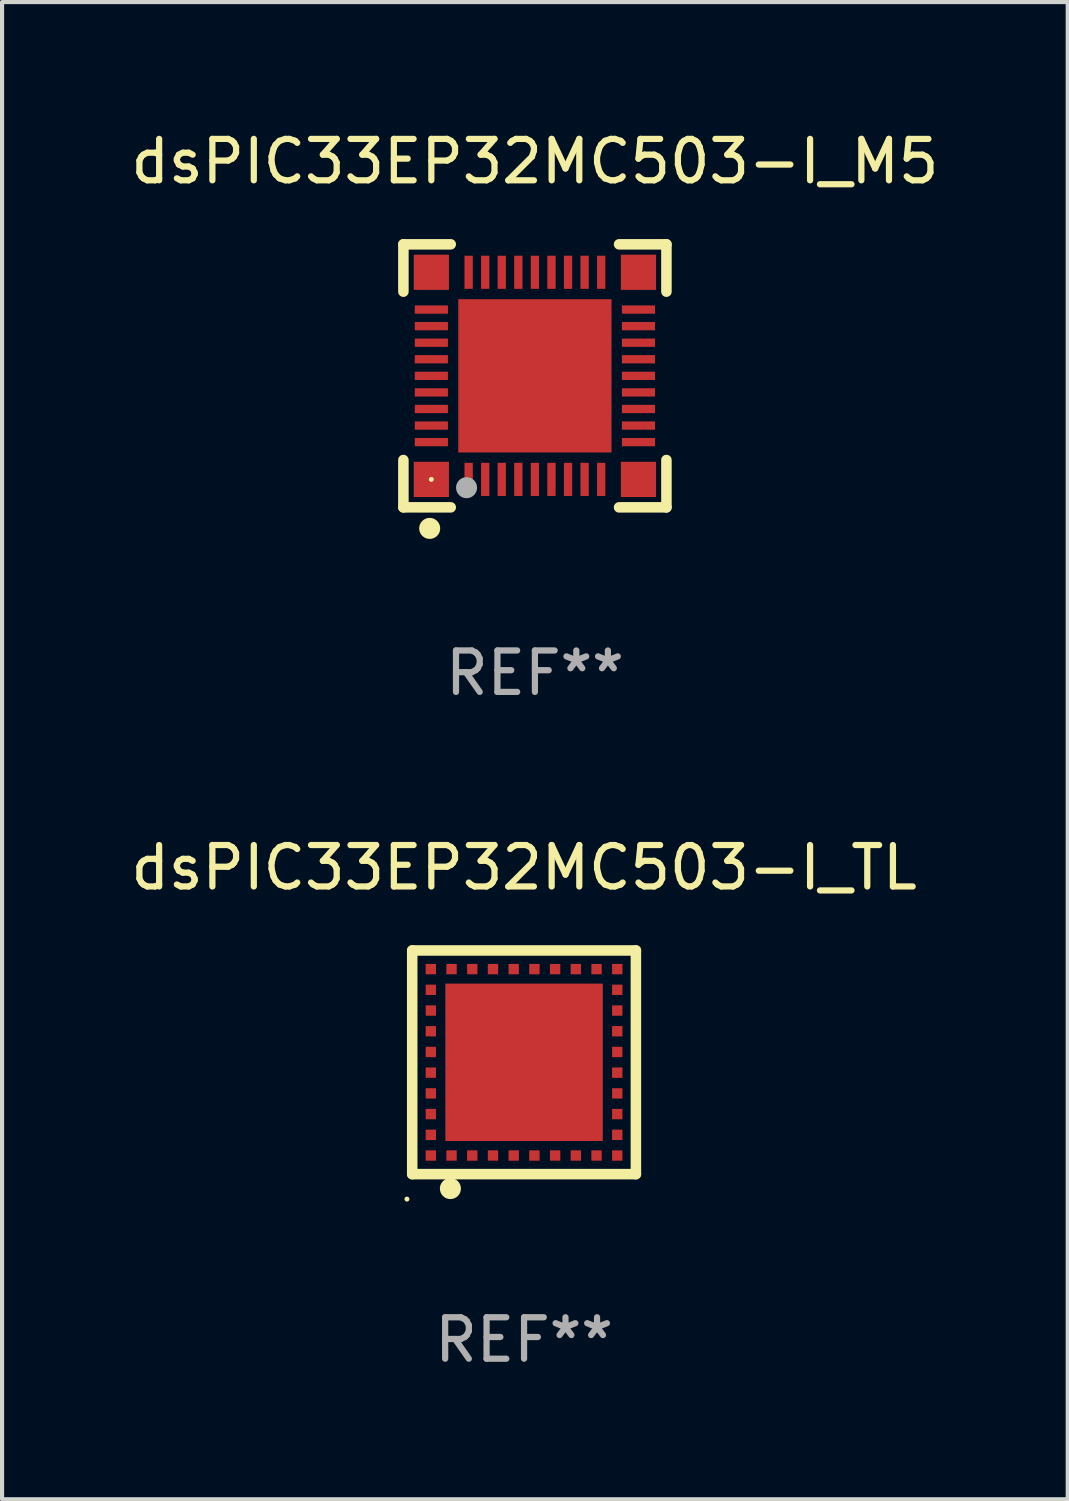
<source format=kicad_pcb>
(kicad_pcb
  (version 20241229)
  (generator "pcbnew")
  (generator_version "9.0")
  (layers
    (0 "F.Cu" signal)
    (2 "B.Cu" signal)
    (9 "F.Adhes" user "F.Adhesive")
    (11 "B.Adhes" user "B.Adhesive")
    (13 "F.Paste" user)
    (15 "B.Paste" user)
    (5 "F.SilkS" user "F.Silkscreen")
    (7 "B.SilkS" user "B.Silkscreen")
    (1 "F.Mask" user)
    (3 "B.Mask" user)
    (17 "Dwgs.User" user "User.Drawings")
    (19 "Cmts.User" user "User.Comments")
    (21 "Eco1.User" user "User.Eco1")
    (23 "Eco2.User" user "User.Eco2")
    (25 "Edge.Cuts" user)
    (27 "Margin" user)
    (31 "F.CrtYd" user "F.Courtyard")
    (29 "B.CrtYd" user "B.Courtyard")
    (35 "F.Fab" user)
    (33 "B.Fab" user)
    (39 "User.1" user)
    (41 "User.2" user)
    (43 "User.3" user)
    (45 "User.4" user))
  (footprint "dsPIC33EP32MC503-I_M5"
    (layer "F.Cu")
    (at 9.863 6.023)
    (property "Reference" "dsPIC33EP32MC503-I_M5" (at 0 -5.175 0) (layer "F.SilkS") (effects (font (size 1 1) (thickness 0.15))))
    (attr through_hole)
    (fp_line (start -3.175 -3.175) (end -2.032 -3.175) (stroke (width 0.254) (type solid)) (layer "F.SilkS"))
    (fp_line (start -3.175 -2.032) (end -3.175 -3.175) (stroke (width 0.254) (type solid)) (layer "F.SilkS"))
    (fp_line (start -3.175 3.175) (end -3.175 2.032) (stroke (width 0.254) (type solid)) (layer "F.SilkS"))
    (fp_line (start -2.032 3.175) (end -3.175 3.175) (stroke (width 0.254) (type solid)) (layer "F.SilkS"))
    (fp_line (start 2.032 -3.175) (end 3.175 -3.175) (stroke (width 0.254) (type solid)) (layer "F.SilkS"))
    (fp_line (start 3.175 -3.175) (end 3.175 -2.032) (stroke (width 0.254) (type solid)) (layer "F.SilkS"))
    (fp_line (start 3.175 2.032) (end 3.175 3.175) (stroke (width 0.254) (type solid)) (layer "F.SilkS"))
    (fp_line (start 3.175 3.175) (end 2.032 3.175) (stroke (width 0.254) (type solid)) (layer "F.SilkS"))
    (fp_circle (center -2.54 3.683) (end -2.413 3.683) (stroke (width 0.254) (type solid)) (fill no) (layer "F.SilkS"))
    (fp_circle (center -2.5 2.5) (end -2.47 2.5) (stroke (width 0.06) (type solid)) (fill no) (layer "F.SilkS"))
    (fp_circle (center -1.65 2.7) (end -1.523 2.7) (stroke (width 0.254) (type solid)) (fill no) (layer "F.Fab"))
    (fp_text user "REF**" (at 0 7.175 0) (layer "F.Fab") (effects (font (size 1 1) (thickness 0.15))))
    (pad "1" smd rect (at -1.6 2.5) (size 0.2 0.8) (layers "F.Cu" "F.Mask" "F.Paste"))
    (pad "2" smd rect (at -1.2 2.5) (size 0.2 0.8) (layers "F.Cu" "F.Mask" "F.Paste"))
    (pad "3" smd rect (at -0.8 2.5) (size 0.2 0.8) (layers "F.Cu" "F.Mask" "F.Paste"))
    (pad "4" smd rect (at -0.4 2.5) (size 0.2 0.8) (layers "F.Cu" "F.Mask" "F.Paste"))
    (pad "5" smd rect (at -0.000051 2.5) (size 0.2 0.8) (layers "F.Cu" "F.Mask" "F.Paste"))
    (pad "6" smd rect (at 0.4 2.5) (size 0.2 0.8) (layers "F.Cu" "F.Mask" "F.Paste"))
    (pad "7" smd rect (at 0.8 2.5) (size 0.2 0.8) (layers "F.Cu" "F.Mask" "F.Paste"))
    (pad "8" smd rect (at 1.2 2.5) (size 0.2 0.8) (layers "F.Cu" "F.Mask" "F.Paste"))
    (pad "9" smd rect (at 1.6 2.5) (size 0.2 0.8) (layers "F.Cu" "F.Mask" "F.Paste"))
    (pad "10" smd rect (at 2.5 1.6 90) (size 0.2 0.8) (layers "F.Cu" "F.Mask" "F.Paste"))
    (pad "11" smd rect (at 2.5 1.2 90) (size 0.2 0.8) (layers "F.Cu" "F.Mask" "F.Paste"))
    (pad "12" smd rect (at 2.5 0.8 90) (size 0.2 0.8) (layers "F.Cu" "F.Mask" "F.Paste"))
    (pad "13" smd rect (at 2.5 0.4 90) (size 0.2 0.8) (layers "F.Cu" "F.Mask" "F.Paste"))
    (pad "14" smd rect (at 2.5 -0.000051 90) (size 0.2 0.8) (layers "F.Cu" "F.Mask" "F.Paste"))
    (pad "15" smd rect (at 2.5 -0.4 90) (size 0.2 0.8) (layers "F.Cu" "F.Mask" "F.Paste"))
    (pad "16" smd rect (at 2.5 -0.8 90) (size 0.2 0.8) (layers "F.Cu" "F.Mask" "F.Paste"))
    (pad "17" smd rect (at 2.5 -1.2 90) (size 0.2 0.8) (layers "F.Cu" "F.Mask" "F.Paste"))
    (pad "18" smd rect (at 2.5 -1.6 90) (size 0.2 0.8) (layers "F.Cu" "F.Mask" "F.Paste"))
    (pad "19" smd rect (at 1.6 -2.5 180) (size 0.2 0.8) (layers "F.Cu" "F.Mask" "F.Paste"))
    (pad "20" smd rect (at 1.2 -2.5 180) (size 0.2 0.8) (layers "F.Cu" "F.Mask" "F.Paste"))
    (pad "21" smd rect (at 0.8 -2.5 180) (size 0.2 0.8) (layers "F.Cu" "F.Mask" "F.Paste"))
    (pad "22" smd rect (at 0.4 -2.5 180) (size 0.2 0.8) (layers "F.Cu" "F.Mask" "F.Paste"))
    (pad "23" smd rect (at -0.000051 -2.5 180) (size 0.2 0.8) (layers "F.Cu" "F.Mask" "F.Paste"))
    (pad "24" smd rect (at -0.4 -2.5 180) (size 0.2 0.8) (layers "F.Cu" "F.Mask" "F.Paste"))
    (pad "25" smd rect (at -0.8 -2.5 180) (size 0.2 0.8) (layers "F.Cu" "F.Mask" "F.Paste"))
    (pad "26" smd rect (at -1.2 -2.5 180) (size 0.2 0.8) (layers "F.Cu" "F.Mask" "F.Paste"))
    (pad "27" smd rect (at -1.6 -2.5 180) (size 0.2 0.8) (layers "F.Cu" "F.Mask" "F.Paste"))
    (pad "28" smd rect (at -2.5 -1.6 270) (size 0.2 0.8) (layers "F.Cu" "F.Mask" "F.Paste"))
    (pad "29" smd rect (at -2.5 -1.2 270) (size 0.2 0.8) (layers "F.Cu" "F.Mask" "F.Paste"))
    (pad "30" smd rect (at -2.5 -0.8 270) (size 0.2 0.8) (layers "F.Cu" "F.Mask" "F.Paste"))
    (pad "31" smd rect (at -2.5 -0.4 270) (size 0.2 0.8) (layers "F.Cu" "F.Mask" "F.Paste"))
    (pad "32" smd rect (at -2.5 -0.000051 270) (size 0.2 0.8) (layers "F.Cu" "F.Mask" "F.Paste"))
    (pad "33" smd rect (at -2.5 0.4 270) (size 0.2 0.8) (layers "F.Cu" "F.Mask" "F.Paste"))
    (pad "34" smd rect (at -2.5 0.8 270) (size 0.2 0.8) (layers "F.Cu" "F.Mask" "F.Paste"))
    (pad "35" smd rect (at -2.5 1.2 270) (size 0.2 0.8) (layers "F.Cu" "F.Mask" "F.Paste"))
    (pad "36" smd rect (at -2.5 1.6 270) (size 0.2 0.8) (layers "F.Cu" "F.Mask" "F.Paste"))
    (pad "37" smd rect (at -2.5 -2.5) (size 0.85 0.85) (layers "F.Cu" "F.Mask" "F.Paste"))
    (pad "37" smd rect (at -2.5 2.5) (size 0.85 0.85) (layers "F.Cu" "F.Mask" "F.Paste"))
    (pad "37" smd rect (at -0.000051 -0.000051) (size 3.7 3.7) (layers "F.Cu" "F.Mask" "F.Paste"))
    (pad "37" smd rect (at 2.5 -2.5) (size 0.85 0.85) (layers "F.Cu" "F.Mask" "F.Paste"))
    (pad "37" smd rect (at 2.5 2.5) (size 0.85 0.85) (layers "F.Cu" "F.Mask" "F.Paste")))
  (footprint "dsPIC33EP32MC503-I_TL"
    (layer "F.Cu")
    (at 9.601 22.595)
    (property "Reference" "dsPIC33EP32MC503-I_TL" (at 0 -4.7 0) (layer "F.SilkS") (effects (font (size 1 1) (thickness 0.15))))
    (attr through_hole)
    (fp_line (start -2.7 -2.7) (end 2.7 -2.7) (stroke (width 0.254) (type solid)) (layer "F.SilkS"))
    (fp_line (start -2.7 2.7) (end -2.7 -2.7) (stroke (width 0.254) (type solid)) (layer "F.SilkS"))
    (fp_line (start 2.7 -2.7) (end 2.7 2.7) (stroke (width 0.254) (type solid)) (layer "F.SilkS"))
    (fp_line (start 2.7 2.7) (end -2.7 2.7) (stroke (width 0.254) (type solid)) (layer "F.SilkS"))
    (fp_circle (center -2.827 3.302) (end -2.797 3.302) (stroke (width 0.06) (type solid)) (fill no) (layer "F.SilkS"))
    (fp_circle (center -1.778 3.048) (end -1.651 3.048) (stroke (width 0.254) (type solid)) (fill no) (layer "F.SilkS"))
    (fp_text user "REF**" (at 0 6.7 0) (layer "F.Fab") (effects (font (size 1 1) (thickness 0.15))))
    (pad "1" smd rect (at -1.75 2.25) (size 0.25 0.25) (layers "F.Cu" "F.Mask" "F.Paste"))
    (pad "2" smd rect (at -1.25 2.25) (size 0.25 0.25) (layers "F.Cu" "F.Mask" "F.Paste"))
    (pad "3" smd rect (at -0.75 2.25) (size 0.25 0.25) (layers "F.Cu" "F.Mask" "F.Paste"))
    (pad "4" smd rect (at -0.25 2.25) (size 0.25 0.25) (layers "F.Cu" "F.Mask" "F.Paste"))
    (pad "5" smd rect (at 0.25 2.25) (size 0.25 0.25) (layers "F.Cu" "F.Mask" "F.Paste"))
    (pad "6" smd rect (at 0.75 2.25) (size 0.25 0.25) (layers "F.Cu" "F.Mask" "F.Paste"))
    (pad "7" smd rect (at 1.25 2.25) (size 0.25 0.25) (layers "F.Cu" "F.Mask" "F.Paste"))
    (pad "8" smd rect (at 1.75 2.25) (size 0.25 0.25) (layers "F.Cu" "F.Mask" "F.Paste"))
    (pad "9" smd rect (at 2.25 2.25) (size 0.25 0.25) (layers "F.Cu" "F.Mask" "F.Paste"))
    (pad "10" smd rect (at 2.25 1.75) (size 0.25 0.25) (layers "F.Cu" "F.Mask" "F.Paste"))
    (pad "11" smd rect (at 2.25 1.25) (size 0.25 0.25) (layers "F.Cu" "F.Mask" "F.Paste"))
    (pad "12" smd rect (at 2.25 0.75) (size 0.25 0.25) (layers "F.Cu" "F.Mask" "F.Paste"))
    (pad "13" smd rect (at 2.25 0.25) (size 0.25 0.25) (layers "F.Cu" "F.Mask" "F.Paste"))
    (pad "14" smd rect (at 2.25 -0.25) (size 0.25 0.25) (layers "F.Cu" "F.Mask" "F.Paste"))
    (pad "15" smd rect (at 2.25 -0.75) (size 0.25 0.25) (layers "F.Cu" "F.Mask" "F.Paste"))
    (pad "16" smd rect (at 2.25 -1.25) (size 0.25 0.25) (layers "F.Cu" "F.Mask" "F.Paste"))
    (pad "17" smd rect (at 2.25 -1.75) (size 0.25 0.25) (layers "F.Cu" "F.Mask" "F.Paste"))
    (pad "18" smd rect (at 2.25 -2.25) (size 0.25 0.25) (layers "F.Cu" "F.Mask" "F.Paste"))
    (pad "19" smd rect (at 1.75 -2.25) (size 0.25 0.25) (layers "F.Cu" "F.Mask" "F.Paste"))
    (pad "20" smd rect (at 1.25 -2.25) (size 0.25 0.25) (layers "F.Cu" "F.Mask" "F.Paste"))
    (pad "21" smd rect (at 0.75 -2.25) (size 0.25 0.25) (layers "F.Cu" "F.Mask" "F.Paste"))
    (pad "22" smd rect (at 0.25 -2.25) (size 0.25 0.25) (layers "F.Cu" "F.Mask" "F.Paste"))
    (pad "23" smd rect (at -0.25 -2.25) (size 0.25 0.25) (layers "F.Cu" "F.Mask" "F.Paste"))
    (pad "24" smd rect (at -0.75 -2.25) (size 0.25 0.25) (layers "F.Cu" "F.Mask" "F.Paste"))
    (pad "25" smd rect (at -1.25 -2.25) (size 0.25 0.25) (layers "F.Cu" "F.Mask" "F.Paste"))
    (pad "26" smd rect (at -1.75 -2.25) (size 0.25 0.25) (layers "F.Cu" "F.Mask" "F.Paste"))
    (pad "27" smd rect (at -2.25 -2.25) (size 0.25 0.25) (layers "F.Cu" "F.Mask" "F.Paste"))
    (pad "28" smd rect (at -2.25 -1.75) (size 0.25 0.25) (layers "F.Cu" "F.Mask" "F.Paste"))
    (pad "29" smd rect (at -2.25 -1.25) (size 0.25 0.25) (layers "F.Cu" "F.Mask" "F.Paste"))
    (pad "30" smd rect (at -2.25 -0.75) (size 0.25 0.25) (layers "F.Cu" "F.Mask" "F.Paste"))
    (pad "31" smd rect (at -2.25 -0.25) (size 0.25 0.25) (layers "F.Cu" "F.Mask" "F.Paste"))
    (pad "32" smd rect (at -2.25 0.25) (size 0.25 0.25) (layers "F.Cu" "F.Mask" "F.Paste"))
    (pad "33" smd rect (at -2.25 0.75) (size 0.25 0.25) (layers "F.Cu" "F.Mask" "F.Paste"))
    (pad "34" smd rect (at -2.25 1.25) (size 0.25 0.25) (layers "F.Cu" "F.Mask" "F.Paste"))
    (pad "35" smd rect (at -2.25 1.75) (size 0.25 0.25) (layers "F.Cu" "F.Mask" "F.Paste"))
    (pad "36" smd rect (at -2.25 2.25) (size 0.25 0.25) (layers "F.Cu" "F.Mask" "F.Paste"))
    (pad "37" smd rect (at 0.000127 -0.000076) (size 3.8 3.8) (layers "F.Cu" "F.Mask" "F.Paste")))
  (gr_rect
    (start -3 -3)
    (end 22.726 33.143)
    (stroke (width 0.1) (type default))
    (fill no)
    (layer "Edge.Cuts")))
</source>
